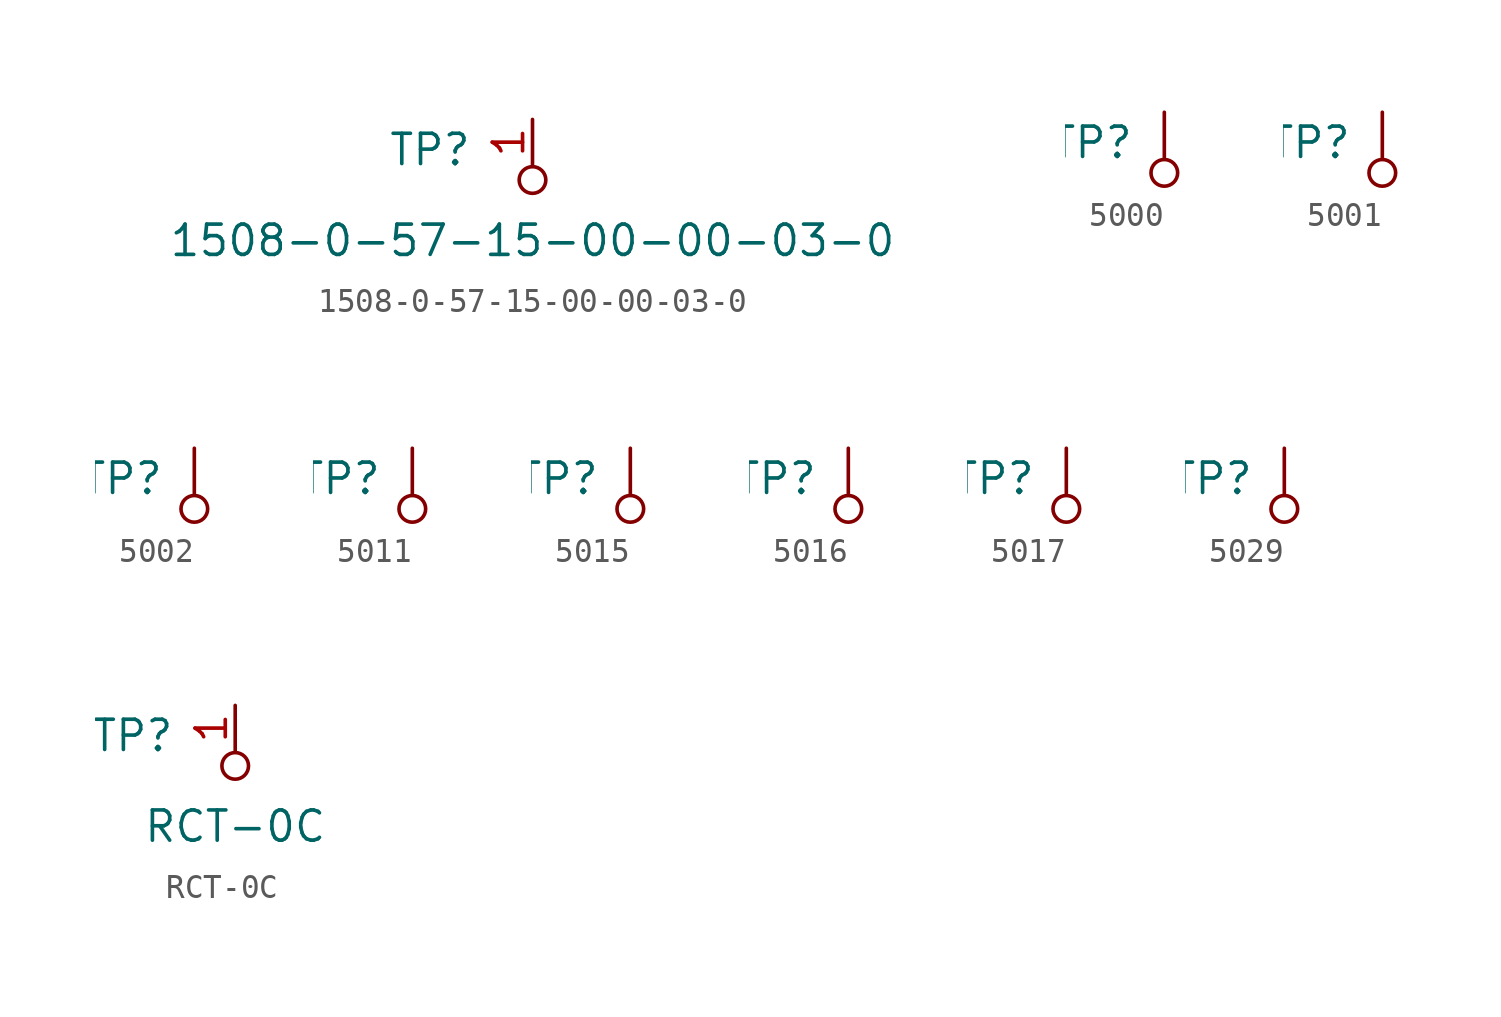
<source format=kicad_sym>
(kicad_symbol_lib
  (version 20231120)
  (generator "kicad_symbol_editor")
  (generator_version "8.0")
  (symbol "1508-0-57-15-00-00-03-0"
    (pin_names
      (offset 1.016))
    (property "Reference" "TP"
      (at -2.54 1.27 0)
      (effects (font (size 1.27 1.27)) (justify right)))
    (property "Value" "1508-0-57-15-00-00-03-0"
      (at 0 -2.54 0)
      (effects (font (size 1.27 1.27))))
    (symbol "1508-0-57-15-00-00-03-0_0_1"
      (circle (center 0 0) (radius 0.559) (stroke (width 0) (type default)) (fill (type none))))
    (symbol "1508-0-57-15-00-00-03-0_1_1"
      (pin passive line (at 0 2.54 270) (length 1.905) (name "~" (effects (font (size 1.27 1.27)))) (number "1" (effects (font (size 1.27 1.27)))))))
  (symbol "5000"
    (pin_numbers hide)
    (pin_names
      (offset 1.016) hide)
    (property "Reference" "TP"
      (at -1.27 1.27 0)
      (effects (font (size 1.27 1.27)) (justify right)))
    (symbol "5000_0_1"
      (circle (center 0 0) (radius 0.559) (stroke (width 0) (type default)) (fill (type none))))
    (symbol "5000_1_1"
      (pin passive line (at 0 2.54 270) (length 1.905) (name "~" (effects (font (size 1.27 1.27)))) (number "1" (effects (font (size 1.27 1.27)))))))
  (symbol "5001"
    (pin_numbers hide)
    (pin_names
      (offset 1.016) hide)
    (property "Reference" "TP"
      (at -1.27 1.27 0)
      (effects (font (size 1.27 1.27)) (justify right)))
    (symbol "5001_0_1"
      (circle (center 0 0) (radius 0.559) (stroke (width 0) (type default)) (fill (type none))))
    (symbol "5001_1_1"
      (pin passive line (at 0 2.54 270) (length 1.905) (name "~" (effects (font (size 1.27 1.27)))) (number "1" (effects (font (size 1.27 1.27)))))))
  (symbol "5002"
    (pin_numbers hide)
    (pin_names
      (offset 1.016) hide)
    (property "Reference" "TP"
      (at -1.27 1.27 0)
      (effects (font (size 1.27 1.27)) (justify right)))
    (symbol "5002_0_1"
      (circle (center 0 0) (radius 0.559) (stroke (width 0) (type default)) (fill (type none))))
    (symbol "5002_1_1"
      (pin passive line (at 0 2.54 270) (length 1.905) (name "~" (effects (font (size 1.27 1.27)))) (number "1" (effects (font (size 1.27 1.27)))))))
  (symbol "5011"
    (pin_numbers hide)
    (pin_names
      (offset 1.016) hide)
    (property "Reference" "TP"
      (at -1.27 1.27 0)
      (effects (font (size 1.27 1.27)) (justify right)))
    (symbol "5011_0_1"
      (circle (center 0 0) (radius 0.559) (stroke (width 0) (type default)) (fill (type none))))
    (symbol "5011_1_1"
      (pin passive line (at 0 2.54 270) (length 1.905) (name "~" (effects (font (size 1.27 1.27)))) (number "1" (effects (font (size 1.27 1.27)))))))
  (symbol "5015"
    (pin_numbers hide)
    (pin_names
      (offset 1.016) hide)
    (property "Reference" "TP"
      (at -1.27 1.27 0)
      (effects (font (size 1.27 1.27)) (justify right)))
    (symbol "5015_0_1"
      (circle (center 0 0) (radius 0.559) (stroke (width 0) (type default)) (fill (type none))))
    (symbol "5015_1_1"
      (pin passive line (at 0 2.54 270) (length 1.905) (name "~" (effects (font (size 1.27 1.27)))) (number "1" (effects (font (size 1.27 1.27)))))))
  (symbol "5016"
    (pin_numbers hide)
    (pin_names
      (offset 1.016) hide)
    (property "Reference" "TP"
      (at -1.27 1.27 0)
      (effects (font (size 1.27 1.27)) (justify right)))
    (symbol "5016_0_1"
      (circle (center 0 0) (radius 0.559) (stroke (width 0) (type default)) (fill (type none))))
    (symbol "5016_1_1"
      (pin passive line (at 0 2.54 270) (length 1.905) (name "~" (effects (font (size 1.27 1.27)))) (number "1" (effects (font (size 1.27 1.27)))))))
  (symbol "5017"
    (pin_numbers hide)
    (pin_names
      (offset 1.016) hide)
    (property "Reference" "TP"
      (at -1.27 1.27 0)
      (effects (font (size 1.27 1.27)) (justify right)))
    (symbol "5017_0_1"
      (circle (center 0 0) (radius 0.559) (stroke (width 0) (type default)) (fill (type none))))
    (symbol "5017_1_1"
      (pin passive line (at 0 2.54 270) (length 1.905) (name "~" (effects (font (size 1.27 1.27)))) (number "1" (effects (font (size 1.27 1.27)))))))
  (symbol "5029"
    (pin_numbers hide)
    (pin_names
      (offset 1.016) hide)
    (property "Reference" "TP"
      (at -1.27 1.27 0)
      (effects (font (size 1.27 1.27)) (justify right)))
    (symbol "5029_0_1"
      (circle (center 0 0) (radius 0.559) (stroke (width 0) (type default)) (fill (type none))))
    (symbol "5029_1_1"
      (pin passive line (at 0 2.54 270) (length 1.905) (name "~" (effects (font (size 1.27 1.27)))) (number "1" (effects (font (size 1.27 1.27)))))))
  (symbol "RCT-0C"
    (pin_names
      (offset 1.016))
    (property "Reference" "TP"
      (at -2.54 1.27 0)
      (effects (font (size 1.27 1.27)) (justify right)))
    (property "Value" "RCT-0C"
      (at 0 -2.54 0)
      (effects (font (size 1.27 1.27))))
    (symbol "RCT-0C_0_1"
      (circle (center 0 0) (radius 0.559) (stroke (width 0) (type default)) (fill (type none))))
    (symbol "RCT-0C_1_1"
      (pin passive line (at 0 2.54 270) (length 1.905) (name "~" (effects (font (size 1.27 1.27)))) (number "1" (effects (font (size 1.27 1.27))))))))
</source>
